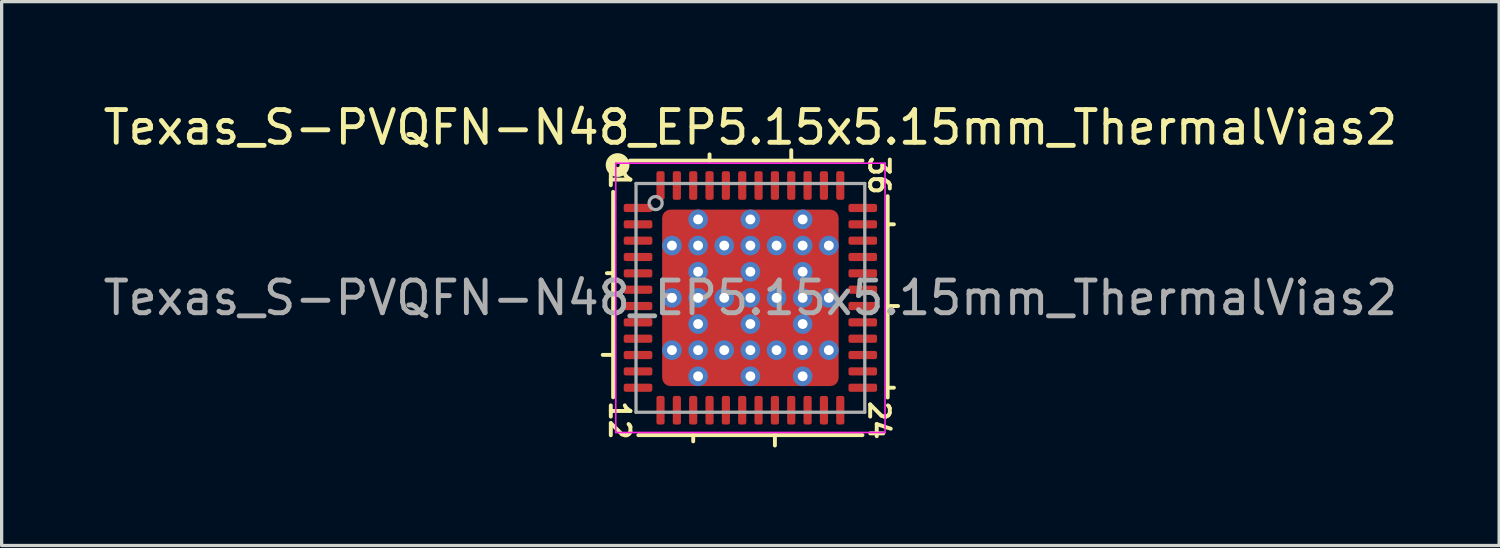
<source format=kicad_pcb>
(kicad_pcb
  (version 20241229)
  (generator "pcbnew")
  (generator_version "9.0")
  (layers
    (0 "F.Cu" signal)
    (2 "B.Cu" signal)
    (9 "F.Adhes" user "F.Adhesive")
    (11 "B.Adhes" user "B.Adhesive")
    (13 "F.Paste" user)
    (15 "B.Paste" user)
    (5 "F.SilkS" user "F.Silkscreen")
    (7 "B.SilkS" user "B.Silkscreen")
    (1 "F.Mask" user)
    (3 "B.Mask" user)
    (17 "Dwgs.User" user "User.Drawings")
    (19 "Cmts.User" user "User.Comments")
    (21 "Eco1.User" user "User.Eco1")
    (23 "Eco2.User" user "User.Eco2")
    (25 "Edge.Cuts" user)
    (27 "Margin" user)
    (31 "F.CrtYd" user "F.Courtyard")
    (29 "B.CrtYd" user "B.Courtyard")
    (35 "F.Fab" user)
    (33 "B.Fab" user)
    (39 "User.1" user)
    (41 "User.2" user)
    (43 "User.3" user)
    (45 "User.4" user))
  (footprint "Texas_S-PVQFN-N48_EP5.15x5.15mm_ThermalVias2"
    (layer "F.Cu")
    (at 19.911 6.064)
    (property "Reference" "Texas_S-PVQFN-N48_EP5.15x5.15mm_ThermalVias2" (at 0 -5.216 0) (layer "F.SilkS") (effects (font (size 1 1) (thickness 0.15))))
    (attr smd)
    (fp_line (start -4.2 -3.243) (end -4.2 3.043) (stroke (width 0.12) (type solid)) (layer "F.SilkS"))
    (fp_line (start -4.2 -0.755) (end -4.391 -0.755) (stroke (width 0.12) (type solid)) (layer "F.SilkS"))
    (fp_line (start -4.2 1.745) (end -4.518 1.745) (stroke (width 0.12) (type solid)) (layer "F.SilkS"))
    (fp_line (start -3.429 4.2) (end 3.429 4.2) (stroke (width 0.12) (type solid)) (layer "F.SilkS"))
    (fp_line (start -1.75 4.2) (end -1.75 4.391) (stroke (width 0.12) (type solid)) (layer "F.SilkS"))
    (fp_line (start -1.25 -4.2) (end -1.25 -4.391) (stroke (width 0.12) (type solid)) (layer "F.SilkS"))
    (fp_line (start 0.75 4.2) (end 0.75 4.518) (stroke (width 0.12) (type solid)) (layer "F.SilkS"))
    (fp_line (start 1.25 -4.2) (end 1.25 -4.518) (stroke (width 0.12) (type solid)) (layer "F.SilkS"))
    (fp_line (start 3.429 -4.2) (end -3.683 -4.2) (stroke (width 0.12) (type solid)) (layer "F.SilkS"))
    (fp_line (start 4.2 -2.25) (end 4.391 -2.25) (stroke (width 0.12) (type solid)) (layer "F.SilkS"))
    (fp_line (start 4.2 0.25) (end 4.518 0.25) (stroke (width 0.12) (type solid)) (layer "F.SilkS"))
    (fp_line (start 4.2 2.75) (end 4.391 2.75) (stroke (width 0.12) (type solid)) (layer "F.SilkS"))
    (fp_line (start 4.2 3.048) (end 4.2 -3.111) (stroke (width 0.12) (type solid)) (layer "F.SilkS"))
    (fp_circle (center -4.064 -4.064) (end -4 -4.064) (stroke (width 0.3) (type solid)) (fill no) (layer "F.SilkS"))
    (fp_line (start -4.12 -4.12) (end -4.12 4.12) (stroke (width 0.05) (type solid)) (layer "F.CrtYd"))
    (fp_line (start -4.12 4.12) (end 4.12 4.12) (stroke (width 0.05) (type solid)) (layer "F.CrtYd"))
    (fp_line (start 4.12 -4.12) (end -4.12 -4.12) (stroke (width 0.05) (type solid)) (layer "F.CrtYd"))
    (fp_line (start 4.12 4.12) (end 4.12 -4.12) (stroke (width 0.05) (type solid)) (layer "F.CrtYd"))
    (fp_line (start -3.5 -3.5) (end 3.5 -3.5) (stroke (width 0.1) (type solid)) (layer "F.Fab"))
    (fp_line (start -3.5 3.5) (end -3.5 -3.5) (stroke (width 0.1) (type solid)) (layer "F.Fab"))
    (fp_line (start 3.5 -3.5) (end 3.5 3.5) (stroke (width 0.1) (type solid)) (layer "F.Fab"))
    (fp_line (start 3.5 3.5) (end -3.5 3.5) (stroke (width 0.1) (type solid)) (layer "F.Fab"))
    (fp_circle (center -2.9 -2.9) (end -2.7 -2.9) (stroke (width 0.1) (type solid)) (fill no) (layer "F.Fab"))
    (fp_text user "1" (at -4 -3.619 270) (unlocked yes) (layer "F.SilkS") (effects (font (size 0.6 0.6) (thickness 0.12))))
    (fp_text user "24" (at 3.937 3.747 270) (unlocked yes) (layer "F.SilkS") (effects (font (size 0.6 0.6) (thickness 0.12))))
    (fp_text user "36" (at 3.937 -3.747 270) (unlocked yes) (layer "F.SilkS") (effects (font (size 0.6 0.6) (thickness 0.12))))
    (fp_text user "12" (at -4 3.747 270) (unlocked yes) (layer "F.SilkS") (effects (font (size 0.6 0.6) (thickness 0.12))))
    (fp_text user "${REFERENCE}" (at 0 0 0) (layer "F.Fab") (effects (font (size 1 1) (thickness 0.15))))
    (pad "" smd roundrect (at -2.237 -2.237) (size 0.475 0.475) (layers "F.Paste") (roundrect_rratio 0.25))
    (pad "" smd roundrect (at -2.237 -2.237) (size 0.675 0.675) (layers "F.Mask") (roundrect_rratio 0.25))
    (pad "" smd roundrect (at -2.237 -0.8) (size 0.675 1) (layers "F.Mask") (roundrect_rratio 0.25))
    (pad "" smd roundrect (at -2.237 -0.8 90) (size 0.7 0.475) (layers "F.Paste") (roundrect_rratio 0.25))
    (pad "" smd roundrect (at -2.237 0.8) (size 0.675 1) (layers "F.Mask") (roundrect_rratio 0.25))
    (pad "" smd roundrect (at -2.237 0.8 90) (size 0.7 0.475) (layers "F.Paste") (roundrect_rratio 0.25))
    (pad "" smd roundrect (at -2.237 2.237) (size 0.475 0.475) (layers "F.Paste") (roundrect_rratio 0.25))
    (pad "" smd roundrect (at -2.237 2.237) (size 0.675 0.675) (layers "F.Mask") (roundrect_rratio 0.25))
    (pad "" smd roundrect (at -0.8 -2.237) (size 0.7 0.475) (layers "F.Paste") (roundrect_rratio 0.25))
    (pad "" smd roundrect (at -0.8 -2.237) (size 1 0.675) (layers "F.Mask") (roundrect_rratio 0.25))
    (pad "" smd roundrect (at -0.8 -0.8 90) (size 0.7 0.7) (layers "F.Paste") (roundrect_rratio 0.25))
    (pad "" smd roundrect (at -0.8 -0.8) (size 1 1) (layers "F.Mask") (roundrect_rratio 0.25))
    (pad "" smd roundrect (at -0.8 0.8 90) (size 0.7 0.7) (layers "F.Paste") (roundrect_rratio 0.25))
    (pad "" smd roundrect (at -0.8 0.8) (size 1 1) (layers "F.Mask") (roundrect_rratio 0.25))
    (pad "" smd roundrect (at -0.8 2.237) (size 0.7 0.475) (layers "F.Paste") (roundrect_rratio 0.25))
    (pad "" smd roundrect (at -0.8 2.237) (size 1 0.675) (layers "F.Mask") (roundrect_rratio 0.25))
    (pad "" smd roundrect (at 0.8 -2.237) (size 0.7 0.475) (layers "F.Paste") (roundrect_rratio 0.25))
    (pad "" smd roundrect (at 0.8 -2.237) (size 1 0.675) (layers "F.Mask") (roundrect_rratio 0.25))
    (pad "" smd roundrect (at 0.8 -0.8 90) (size 0.7 0.7) (layers "F.Paste") (roundrect_rratio 0.25))
    (pad "" smd roundrect (at 0.8 -0.8) (size 1 1) (layers "F.Mask") (roundrect_rratio 0.25))
    (pad "" smd roundrect (at 0.8 0.8 90) (size 0.7 0.7) (layers "F.Paste") (roundrect_rratio 0.25))
    (pad "" smd roundrect (at 0.8 0.8) (size 1 1) (layers "F.Mask") (roundrect_rratio 0.25))
    (pad "" smd roundrect (at 0.8 2.237) (size 0.7 0.475) (layers "F.Paste") (roundrect_rratio 0.25))
    (pad "" smd roundrect (at 0.8 2.237) (size 1 0.675) (layers "F.Mask") (roundrect_rratio 0.25))
    (pad "" smd roundrect (at 2.237 -2.237) (size 0.475 0.475) (layers "F.Paste") (roundrect_rratio 0.25))
    (pad "" smd roundrect (at 2.237 -2.237) (size 0.675 0.675) (layers "F.Mask") (roundrect_rratio 0.25))
    (pad "" smd roundrect (at 2.237 -0.8) (size 0.675 1) (layers "F.Mask") (roundrect_rratio 0.25))
    (pad "" smd roundrect (at 2.237 -0.8 90) (size 0.7 0.475) (layers "F.Paste") (roundrect_rratio 0.25))
    (pad "" smd roundrect (at 2.237 0.8) (size 0.675 1) (layers "F.Mask") (roundrect_rratio 0.25))
    (pad "" smd roundrect (at 2.237 0.8 90) (size 0.7 0.475) (layers "F.Paste") (roundrect_rratio 0.25))
    (pad "" smd roundrect (at 2.237 2.237) (size 0.475 0.475) (layers "F.Paste") (roundrect_rratio 0.25))
    (pad "" smd roundrect (at 2.237 2.237) (size 0.675 0.675) (layers "F.Mask") (roundrect_rratio 0.25))
    (pad "1" smd roundrect (at -3.438 -2.75) (size 0.875 0.25) (layers "F.Cu" "F.Mask" "F.Paste") (roundrect_rratio 0.25))
    (pad "2" smd roundrect (at -3.438 -2.25) (size 0.875 0.25) (layers "F.Cu" "F.Mask" "F.Paste") (roundrect_rratio 0.25))
    (pad "3" smd roundrect (at -3.438 -1.75) (size 0.875 0.25) (layers "F.Cu" "F.Mask" "F.Paste") (roundrect_rratio 0.25))
    (pad "4" smd roundrect (at -3.438 -1.25) (size 0.875 0.25) (layers "F.Cu" "F.Mask" "F.Paste") (roundrect_rratio 0.25))
    (pad "5" smd roundrect (at -3.438 -0.75) (size 0.875 0.25) (layers "F.Cu" "F.Mask" "F.Paste") (roundrect_rratio 0.25))
    (pad "6" smd roundrect (at -3.438 -0.25) (size 0.875 0.25) (layers "F.Cu" "F.Mask" "F.Paste") (roundrect_rratio 0.25))
    (pad "7" smd roundrect (at -3.438 0.25) (size 0.875 0.25) (layers "F.Cu" "F.Mask" "F.Paste") (roundrect_rratio 0.25))
    (pad "8" smd roundrect (at -3.438 0.75) (size 0.875 0.25) (layers "F.Cu" "F.Mask" "F.Paste") (roundrect_rratio 0.25))
    (pad "9" smd roundrect (at -3.438 1.25) (size 0.875 0.25) (layers "F.Cu" "F.Mask" "F.Paste") (roundrect_rratio 0.25))
    (pad "10" smd roundrect (at -3.438 1.75) (size 0.875 0.25) (layers "F.Cu" "F.Mask" "F.Paste") (roundrect_rratio 0.25))
    (pad "11" smd roundrect (at -3.438 2.25) (size 0.875 0.25) (layers "F.Cu" "F.Mask" "F.Paste") (roundrect_rratio 0.25))
    (pad "12" smd roundrect (at -3.438 2.75) (size 0.875 0.25) (layers "F.Cu" "F.Mask" "F.Paste") (roundrect_rratio 0.25))
    (pad "13" smd roundrect (at -2.75 3.438) (size 0.25 0.875) (layers "F.Cu" "F.Mask" "F.Paste") (roundrect_rratio 0.25))
    (pad "14" smd roundrect (at -2.25 3.438) (size 0.25 0.875) (layers "F.Cu" "F.Mask" "F.Paste") (roundrect_rratio 0.25))
    (pad "15" smd roundrect (at -1.75 3.438) (size 0.25 0.875) (layers "F.Cu" "F.Mask" "F.Paste") (roundrect_rratio 0.25))
    (pad "16" smd roundrect (at -1.25 3.438) (size 0.25 0.875) (layers "F.Cu" "F.Mask" "F.Paste") (roundrect_rratio 0.25))
    (pad "17" smd roundrect (at -0.75 3.438) (size 0.25 0.875) (layers "F.Cu" "F.Mask" "F.Paste") (roundrect_rratio 0.25))
    (pad "18" smd roundrect (at -0.25 3.438) (size 0.25 0.875) (layers "F.Cu" "F.Mask" "F.Paste") (roundrect_rratio 0.25))
    (pad "19" smd roundrect (at 0.25 3.438) (size 0.25 0.875) (layers "F.Cu" "F.Mask" "F.Paste") (roundrect_rratio 0.25))
    (pad "20" smd roundrect (at 0.75 3.438) (size 0.25 0.875) (layers "F.Cu" "F.Mask" "F.Paste") (roundrect_rratio 0.25))
    (pad "21" smd roundrect (at 1.25 3.438) (size 0.25 0.875) (layers "F.Cu" "F.Mask" "F.Paste") (roundrect_rratio 0.25))
    (pad "22" smd roundrect (at 1.75 3.438) (size 0.25 0.875) (layers "F.Cu" "F.Mask" "F.Paste") (roundrect_rratio 0.25))
    (pad "23" smd roundrect (at 2.25 3.438) (size 0.25 0.875) (layers "F.Cu" "F.Mask" "F.Paste") (roundrect_rratio 0.25))
    (pad "24" smd roundrect (at 2.75 3.438) (size 0.25 0.875) (layers "F.Cu" "F.Mask" "F.Paste") (roundrect_rratio 0.25))
    (pad "25" smd roundrect (at 3.438 2.75) (size 0.875 0.25) (layers "F.Cu" "F.Mask" "F.Paste") (roundrect_rratio 0.25))
    (pad "26" smd roundrect (at 3.438 2.25) (size 0.875 0.25) (layers "F.Cu" "F.Mask" "F.Paste") (roundrect_rratio 0.25))
    (pad "27" smd roundrect (at 3.438 1.75) (size 0.875 0.25) (layers "F.Cu" "F.Mask" "F.Paste") (roundrect_rratio 0.25))
    (pad "28" smd roundrect (at 3.438 1.25) (size 0.875 0.25) (layers "F.Cu" "F.Mask" "F.Paste") (roundrect_rratio 0.25))
    (pad "29" smd roundrect (at 3.438 0.75) (size 0.875 0.25) (layers "F.Cu" "F.Mask" "F.Paste") (roundrect_rratio 0.25))
    (pad "30" smd roundrect (at 3.438 0.25) (size 0.875 0.25) (layers "F.Cu" "F.Mask" "F.Paste") (roundrect_rratio 0.25))
    (pad "31" smd roundrect (at 3.438 -0.25) (size 0.875 0.25) (layers "F.Cu" "F.Mask" "F.Paste") (roundrect_rratio 0.25))
    (pad "32" smd roundrect (at 3.438 -0.75) (size 0.875 0.25) (layers "F.Cu" "F.Mask" "F.Paste") (roundrect_rratio 0.25))
    (pad "33" smd roundrect (at 3.438 -1.25) (size 0.875 0.25) (layers "F.Cu" "F.Mask" "F.Paste") (roundrect_rratio 0.25))
    (pad "34" smd roundrect (at 3.438 -1.75) (size 0.875 0.25) (layers "F.Cu" "F.Mask" "F.Paste") (roundrect_rratio 0.25))
    (pad "35" smd roundrect (at 3.438 -2.25) (size 0.875 0.25) (layers "F.Cu" "F.Mask" "F.Paste") (roundrect_rratio 0.25))
    (pad "36" smd roundrect (at 3.438 -2.75) (size 0.875 0.25) (layers "F.Cu" "F.Mask" "F.Paste") (roundrect_rratio 0.25))
    (pad "37" smd roundrect (at 2.75 -3.438) (size 0.25 0.875) (layers "F.Cu" "F.Mask" "F.Paste") (roundrect_rratio 0.25))
    (pad "38" smd roundrect (at 2.25 -3.438) (size 0.25 0.875) (layers "F.Cu" "F.Mask" "F.Paste") (roundrect_rratio 0.25))
    (pad "39" smd roundrect (at 1.75 -3.438) (size 0.25 0.875) (layers "F.Cu" "F.Mask" "F.Paste") (roundrect_rratio 0.25))
    (pad "40" smd roundrect (at 1.25 -3.438) (size 0.25 0.875) (layers "F.Cu" "F.Mask" "F.Paste") (roundrect_rratio 0.25))
    (pad "41" smd roundrect (at 0.75 -3.438) (size 0.25 0.875) (layers "F.Cu" "F.Mask" "F.Paste") (roundrect_rratio 0.25))
    (pad "42" smd roundrect (at 0.25 -3.438) (size 0.25 0.875) (layers "F.Cu" "F.Mask" "F.Paste") (roundrect_rratio 0.25))
    (pad "43" smd roundrect (at -0.25 -3.438) (size 0.25 0.875) (layers "F.Cu" "F.Mask" "F.Paste") (roundrect_rratio 0.25))
    (pad "44" smd roundrect (at -0.75 -3.438) (size 0.25 0.875) (layers "F.Cu" "F.Mask" "F.Paste") (roundrect_rratio 0.25))
    (pad "45" smd roundrect (at -1.25 -3.438) (size 0.25 0.875) (layers "F.Cu" "F.Mask" "F.Paste") (roundrect_rratio 0.25))
    (pad "46" smd roundrect (at -1.75 -3.438) (size 0.25 0.875) (layers "F.Cu" "F.Mask" "F.Paste") (roundrect_rratio 0.25))
    (pad "47" smd roundrect (at -2.25 -3.438) (size 0.25 0.875) (layers "F.Cu" "F.Mask" "F.Paste") (roundrect_rratio 0.25))
    (pad "48" smd roundrect (at -2.75 -3.438) (size 0.25 0.875) (layers "F.Cu" "F.Mask" "F.Paste") (roundrect_rratio 0.25))
    (pad "49" thru_hole circle (at -2.4 -1.6 180) (size 0.6 0.6) (drill 0.3) (property pad_prop_heatsink) (layers "*.Cu" "*.Mask"))
    (pad "49" thru_hole circle (at -2.4 0 180) (size 0.6 0.6) (drill 0.3) (property pad_prop_heatsink) (layers "*.Cu" "*.Mask"))
    (pad "49" thru_hole circle (at -2.4 1.6 180) (size 0.6 0.6) (drill 0.3) (property pad_prop_heatsink) (layers "*.Cu" "*.Mask"))
    (pad "49" thru_hole circle (at -1.6 -2.4 180) (size 0.6 0.6) (drill 0.3) (property pad_prop_heatsink) (layers "*.Cu" "*.Mask"))
    (pad "49" thru_hole circle (at -1.6 -1.6 180) (size 0.6 0.6) (drill 0.3) (property pad_prop_heatsink) (layers "*.Cu" "*.Mask"))
    (pad "49" thru_hole circle (at -1.6 -0.8 180) (size 0.6 0.6) (drill 0.3) (property pad_prop_heatsink) (layers "*.Cu" "*.Mask"))
    (pad "49" thru_hole circle (at -1.6 0 180) (size 0.6 0.6) (drill 0.3) (property pad_prop_heatsink) (layers "*.Cu" "*.Mask"))
    (pad "49" thru_hole circle (at -1.6 0.8 180) (size 0.6 0.6) (drill 0.3) (property pad_prop_heatsink) (layers "*.Cu" "*.Mask"))
    (pad "49" thru_hole circle (at -1.6 1.6 180) (size 0.6 0.6) (drill 0.3) (property pad_prop_heatsink) (layers "*.Cu" "*.Mask"))
    (pad "49" thru_hole circle (at -1.6 2.4 180) (size 0.6 0.6) (drill 0.3) (property pad_prop_heatsink) (layers "*.Cu" "*.Mask"))
    (pad "49" thru_hole circle (at -0.8 -1.6 180) (size 0.6 0.6) (drill 0.3) (property pad_prop_heatsink) (layers "*.Cu" "*.Mask"))
    (pad "49" thru_hole circle (at -0.8 0 180) (size 0.6 0.6) (drill 0.3) (property pad_prop_heatsink) (layers "*.Cu" "*.Mask"))
    (pad "49" thru_hole circle (at -0.8 1.6 180) (size 0.6 0.6) (drill 0.3) (property pad_prop_heatsink) (layers "*.Cu" "*.Mask"))
    (pad "49" thru_hole circle (at 0 -2.4 180) (size 0.6 0.6) (drill 0.3) (property pad_prop_heatsink) (layers "*.Cu" "*.Mask"))
    (pad "49" thru_hole circle (at 0 -1.6 180) (size 0.6 0.6) (drill 0.3) (property pad_prop_heatsink) (layers "*.Cu" "*.Mask"))
    (pad "49" thru_hole circle (at 0 -0.8 180) (size 0.6 0.6) (drill 0.3) (property pad_prop_heatsink) (layers "*.Cu" "*.Mask"))
    (pad "49" thru_hole circle (at 0 0 180) (size 0.6 0.6) (drill 0.3) (property pad_prop_heatsink) (layers "*.Cu" "*.Mask"))
    (pad "49" smd roundrect (at 0 0) (size 5.4 5.4) (layers "F.Cu") (roundrect_rratio 0.047))
    (pad "49" thru_hole circle (at 0 0.8 180) (size 0.6 0.6) (drill 0.3) (property pad_prop_heatsink) (layers "*.Cu" "*.Mask"))
    (pad "49" thru_hole circle (at 0 1.6 180) (size 0.6 0.6) (drill 0.3) (property pad_prop_heatsink) (layers "*.Cu" "*.Mask"))
    (pad "49" thru_hole circle (at 0 2.4 180) (size 0.6 0.6) (drill 0.3) (property pad_prop_heatsink) (layers "*.Cu" "*.Mask"))
    (pad "49" thru_hole circle (at 0.8 -1.6 180) (size 0.6 0.6) (drill 0.3) (property pad_prop_heatsink) (layers "*.Cu" "*.Mask"))
    (pad "49" thru_hole circle (at 0.8 0 180) (size 0.6 0.6) (drill 0.3) (property pad_prop_heatsink) (layers "*.Cu" "*.Mask"))
    (pad "49" thru_hole circle (at 0.8 1.6 180) (size 0.6 0.6) (drill 0.3) (property pad_prop_heatsink) (layers "*.Cu" "*.Mask"))
    (pad "49" thru_hole circle (at 1.6 -2.4 180) (size 0.6 0.6) (drill 0.3) (property pad_prop_heatsink) (layers "*.Cu" "*.Mask"))
    (pad "49" thru_hole circle (at 1.6 -1.6 180) (size 0.6 0.6) (drill 0.3) (property pad_prop_heatsink) (layers "*.Cu" "*.Mask"))
    (pad "49" thru_hole circle (at 1.6 -0.8 180) (size 0.6 0.6) (drill 0.3) (property pad_prop_heatsink) (layers "*.Cu" "*.Mask"))
    (pad "49" thru_hole circle (at 1.6 0 180) (size 0.6 0.6) (drill 0.3) (property pad_prop_heatsink) (layers "*.Cu" "*.Mask"))
    (pad "49" thru_hole circle (at 1.6 0.8 180) (size 0.6 0.6) (drill 0.3) (property pad_prop_heatsink) (layers "*.Cu" "*.Mask"))
    (pad "49" thru_hole circle (at 1.6 1.6 180) (size 0.6 0.6) (drill 0.3) (property pad_prop_heatsink) (layers "*.Cu" "*.Mask"))
    (pad "49" thru_hole circle (at 1.6 2.4 180) (size 0.6 0.6) (drill 0.3) (property pad_prop_heatsink) (layers "*.Cu" "*.Mask"))
    (pad "49" thru_hole circle (at 2.4 -1.6 180) (size 0.6 0.6) (drill 0.3) (property pad_prop_heatsink) (layers "*.Cu" "*.Mask"))
    (pad "49" thru_hole circle (at 2.4 0 180) (size 0.6 0.6) (drill 0.3) (property pad_prop_heatsink) (layers "*.Cu" "*.Mask"))
    (pad "49" thru_hole circle (at 2.4 1.6 180) (size 0.6 0.6) (drill 0.3) (property pad_prop_heatsink) (layers "*.Cu" "*.Mask")))
  (gr_rect
    (start -3 -3)
    (end 42.821 13.642)
    (stroke (width 0.1) (type default))
    (fill no)
    (layer "Edge.Cuts")))
</source>
